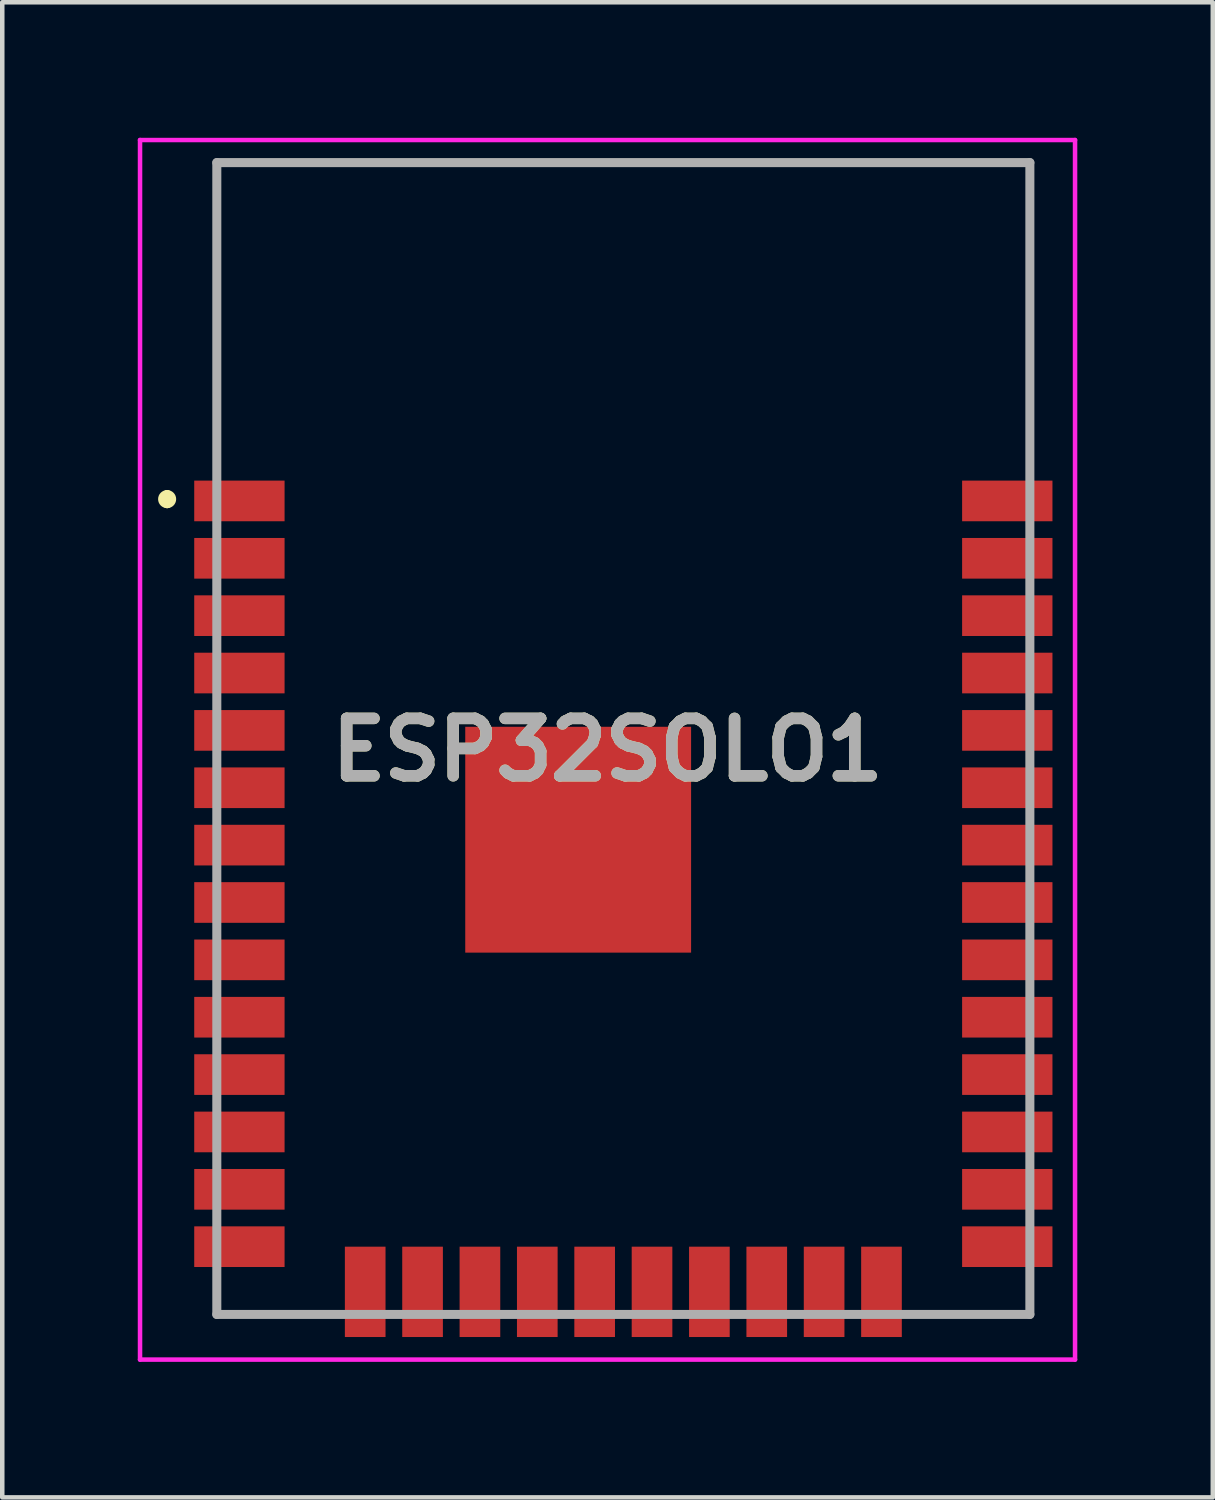
<source format=kicad_pcb>
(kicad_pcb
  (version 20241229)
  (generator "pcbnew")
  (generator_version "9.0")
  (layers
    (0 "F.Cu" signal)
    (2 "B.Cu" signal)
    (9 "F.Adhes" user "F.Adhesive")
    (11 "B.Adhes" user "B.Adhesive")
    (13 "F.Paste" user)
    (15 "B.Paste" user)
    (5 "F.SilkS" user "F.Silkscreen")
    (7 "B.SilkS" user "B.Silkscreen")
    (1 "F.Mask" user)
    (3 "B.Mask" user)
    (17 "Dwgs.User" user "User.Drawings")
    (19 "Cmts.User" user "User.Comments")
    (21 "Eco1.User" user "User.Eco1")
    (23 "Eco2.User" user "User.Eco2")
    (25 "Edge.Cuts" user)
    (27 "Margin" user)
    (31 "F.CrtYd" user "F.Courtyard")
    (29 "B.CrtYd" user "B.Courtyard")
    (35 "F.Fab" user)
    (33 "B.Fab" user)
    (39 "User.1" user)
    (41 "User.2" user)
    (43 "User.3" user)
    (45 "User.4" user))
  (footprint "ESP32SOLO1"
    (layer "F.Cu")
    (at 10.75 13.55)
    (property "Reference" "ESP32SOLO1" (at -0.35 0 0) (layer "F.SilkS") (effects (font (size 1.27 1.27) (thickness 0.254))))
    (attr smd)
    (fp_line (start -10.1 -5.65) (end -10.1 -5.65) (stroke (width 0.2) (type solid)) (layer "F.SilkS"))
    (fp_line (start -10.1 -5.45) (end -10.1 -5.45) (stroke (width 0.2) (type solid)) (layer "F.SilkS"))
    (fp_line (start -9 -13) (end 9 -13) (stroke (width 0.1) (type solid)) (layer "F.SilkS"))
    (fp_line (start -9 -6.75) (end -9 -13) (stroke (width 0.1) (type solid)) (layer "F.SilkS"))
    (fp_line (start -9 12) (end -9 12.5) (stroke (width 0.1) (type solid)) (layer "F.SilkS"))
    (fp_line (start -9 12.5) (end -7 12.5) (stroke (width 0.1) (type solid)) (layer "F.SilkS"))
    (fp_line (start 7 12.5) (end 9 12.5) (stroke (width 0.1) (type solid)) (layer "F.SilkS"))
    (fp_line (start 9 -13) (end 9 -6.75) (stroke (width 0.1) (type solid)) (layer "F.SilkS"))
    (fp_line (start 9 12.5) (end 9 12) (stroke (width 0.1) (type solid)) (layer "F.SilkS"))
    (fp_arc (start -10.1 -5.65) (mid -10 -5.55) (end -10.1 -5.45) (stroke (width 0.2) (type solid)) (layer "F.SilkS"))
    (fp_arc (start -10.1 -5.45) (mid -10.2 -5.55) (end -10.1 -5.65) (stroke (width 0.2) (type solid)) (layer "F.SilkS"))
    (fp_line (start -10.7 -13.5) (end 10 -13.5) (stroke (width 0.1) (type solid)) (layer "F.CrtYd"))
    (fp_line (start -10.7 13.5) (end -10.7 -13.5) (stroke (width 0.1) (type solid)) (layer "F.CrtYd"))
    (fp_line (start 10 -13.5) (end 10 13.5) (stroke (width 0.1) (type solid)) (layer "F.CrtYd"))
    (fp_line (start 10 13.5) (end -10.7 13.5) (stroke (width 0.1) (type solid)) (layer "F.CrtYd"))
    (fp_line (start -9 -13) (end 9 -13) (stroke (width 0.2) (type solid)) (layer "F.Fab"))
    (fp_line (start -9 12.5) (end -9 -13) (stroke (width 0.2) (type solid)) (layer "F.Fab"))
    (fp_line (start 9 -13) (end 9 12.5) (stroke (width 0.2) (type solid)) (layer "F.Fab"))
    (fp_line (start 9 12.5) (end -9 12.5) (stroke (width 0.2) (type solid)) (layer "F.Fab"))
    (fp_text user "${REFERENCE}" (at -0.35 0 0) (layer "F.Fab") (effects (font (size 1.27 1.27) (thickness 0.254))))
    (pad "1" smd rect (at -8.5 -5.51 90) (size 0.9 2) (layers "F.Cu" "F.Mask" "F.Paste"))
    (pad "2" smd rect (at -8.5 -4.24 90) (size 0.9 2) (layers "F.Cu" "F.Mask" "F.Paste"))
    (pad "3" smd rect (at -8.5 -2.97 90) (size 0.9 2) (layers "F.Cu" "F.Mask" "F.Paste"))
    (pad "4" smd rect (at -8.5 -1.7 90) (size 0.9 2) (layers "F.Cu" "F.Mask" "F.Paste"))
    (pad "5" smd rect (at -8.5 -0.43 90) (size 0.9 2) (layers "F.Cu" "F.Mask" "F.Paste"))
    (pad "6" smd rect (at -8.5 0.84 90) (size 0.9 2) (layers "F.Cu" "F.Mask" "F.Paste"))
    (pad "7" smd rect (at -8.5 2.11 90) (size 0.9 2) (layers "F.Cu" "F.Mask" "F.Paste"))
    (pad "8" smd rect (at -8.5 3.38 90) (size 0.9 2) (layers "F.Cu" "F.Mask" "F.Paste"))
    (pad "9" smd rect (at -8.5 4.65 90) (size 0.9 2) (layers "F.Cu" "F.Mask" "F.Paste"))
    (pad "10" smd rect (at -8.5 5.92 90) (size 0.9 2) (layers "F.Cu" "F.Mask" "F.Paste"))
    (pad "11" smd rect (at -8.5 7.19 90) (size 0.9 2) (layers "F.Cu" "F.Mask" "F.Paste"))
    (pad "12" smd rect (at -8.5 8.46 90) (size 0.9 2) (layers "F.Cu" "F.Mask" "F.Paste"))
    (pad "13" smd rect (at -8.5 9.73 90) (size 0.9 2) (layers "F.Cu" "F.Mask" "F.Paste"))
    (pad "14" smd rect (at -8.5 11 90) (size 0.9 2) (layers "F.Cu" "F.Mask" "F.Paste"))
    (pad "15" smd rect (at -5.715 12) (size 0.9 2) (layers "F.Cu" "F.Mask" "F.Paste"))
    (pad "16" smd rect (at -4.445 12) (size 0.9 2) (layers "F.Cu" "F.Mask" "F.Paste"))
    (pad "17" smd rect (at -3.175 12) (size 0.9 2) (layers "F.Cu" "F.Mask" "F.Paste"))
    (pad "18" smd rect (at -1.905 12) (size 0.9 2) (layers "F.Cu" "F.Mask" "F.Paste"))
    (pad "19" smd rect (at -0.635 12) (size 0.9 2) (layers "F.Cu" "F.Mask" "F.Paste"))
    (pad "20" smd rect (at 0.635 12) (size 0.9 2) (layers "F.Cu" "F.Mask" "F.Paste"))
    (pad "21" smd rect (at 1.905 12) (size 0.9 2) (layers "F.Cu" "F.Mask" "F.Paste"))
    (pad "22" smd rect (at 3.175 12) (size 0.9 2) (layers "F.Cu" "F.Mask" "F.Paste"))
    (pad "23" smd rect (at 4.445 12) (size 0.9 2) (layers "F.Cu" "F.Mask" "F.Paste"))
    (pad "24" smd rect (at 5.715 12) (size 0.9 2) (layers "F.Cu" "F.Mask" "F.Paste"))
    (pad "25" smd rect (at 8.5 11 90) (size 0.9 2) (layers "F.Cu" "F.Mask" "F.Paste"))
    (pad "26" smd rect (at 8.5 9.73 90) (size 0.9 2) (layers "F.Cu" "F.Mask" "F.Paste"))
    (pad "27" smd rect (at 8.5 8.46 90) (size 0.9 2) (layers "F.Cu" "F.Mask" "F.Paste"))
    (pad "28" smd rect (at 8.5 7.19 90) (size 0.9 2) (layers "F.Cu" "F.Mask" "F.Paste"))
    (pad "29" smd rect (at 8.5 5.92 90) (size 0.9 2) (layers "F.Cu" "F.Mask" "F.Paste"))
    (pad "30" smd rect (at 8.5 4.65 90) (size 0.9 2) (layers "F.Cu" "F.Mask" "F.Paste"))
    (pad "31" smd rect (at 8.5 3.38 90) (size 0.9 2) (layers "F.Cu" "F.Mask" "F.Paste"))
    (pad "32" smd rect (at 8.5 2.11 90) (size 0.9 2) (layers "F.Cu" "F.Mask" "F.Paste"))
    (pad "33" smd rect (at 8.5 0.84 90) (size 0.9 2) (layers "F.Cu" "F.Mask" "F.Paste"))
    (pad "34" smd rect (at 8.5 -0.43 90) (size 0.9 2) (layers "F.Cu" "F.Mask" "F.Paste"))
    (pad "35" smd rect (at 8.5 -1.7 90) (size 0.9 2) (layers "F.Cu" "F.Mask" "F.Paste"))
    (pad "36" smd rect (at 8.5 -2.97 90) (size 0.9 2) (layers "F.Cu" "F.Mask" "F.Paste"))
    (pad "37" smd rect (at 8.5 -4.24 90) (size 0.9 2) (layers "F.Cu" "F.Mask" "F.Paste"))
    (pad "38" smd rect (at 8.5 -5.51 90) (size 0.9 2) (layers "F.Cu" "F.Mask" "F.Paste"))
    (pad "39" smd rect (at -1 1.99 90) (size 5 5) (layers "F.Cu" "F.Mask" "F.Paste")))
  (gr_rect
    (start -3 -3)
    (end 23.8 30.1)
    (stroke (width 0.1) (type default))
    (fill no)
    (layer "Edge.Cuts")))
</source>
